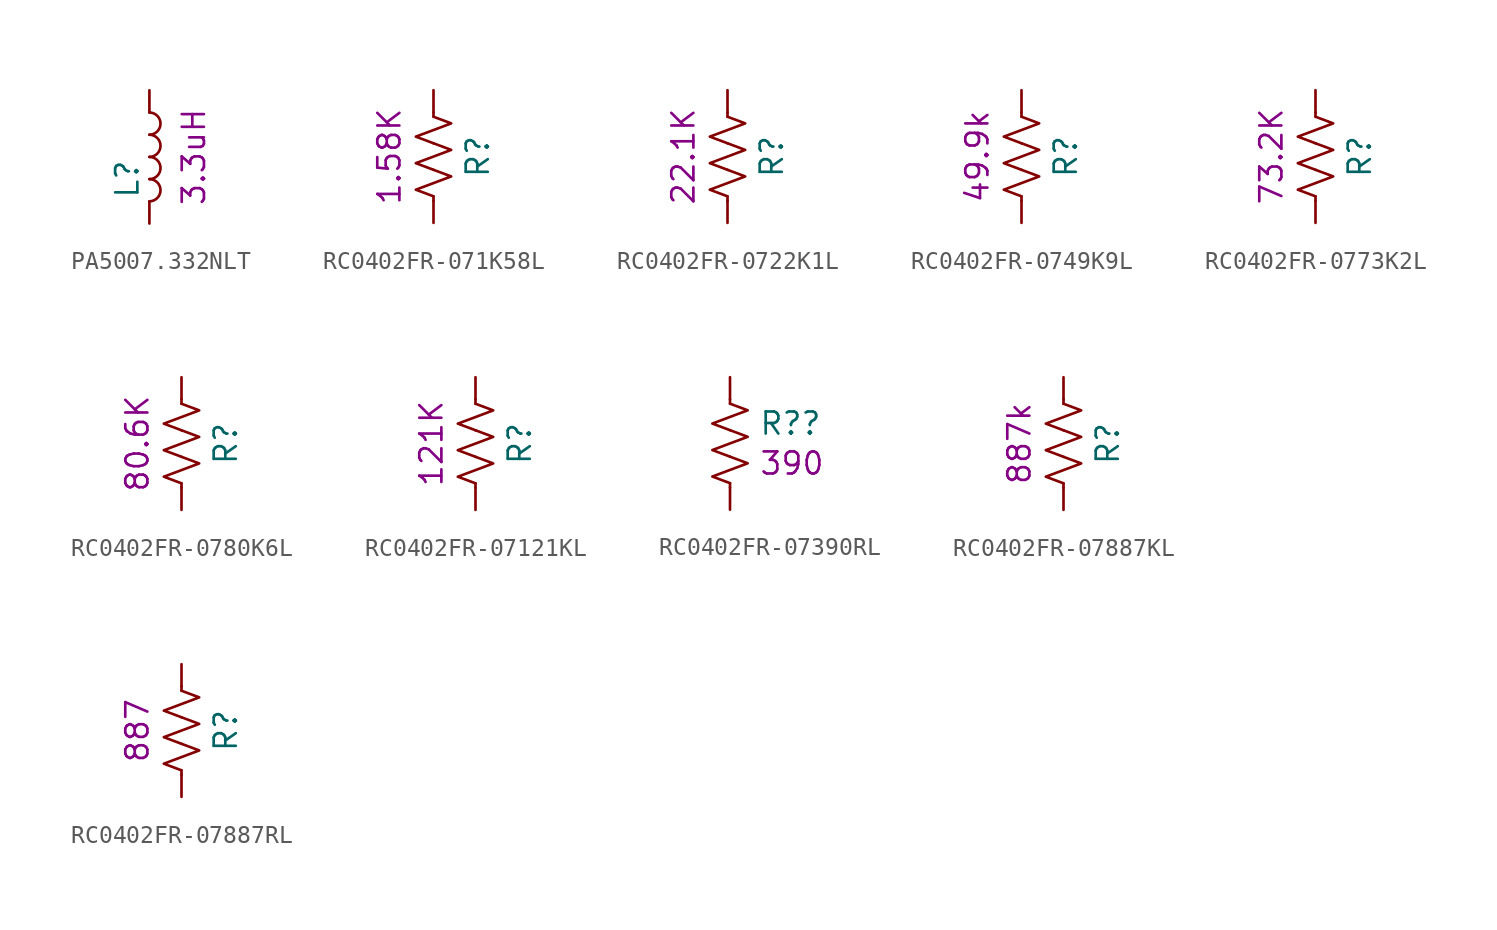
<source format=kicad_sym>
(kicad_symbol_lib
  (version 20210619)
  (generator kicad_symbol_editor)
  (symbol "eval-board-1_buck-regulator:PA5007.332NLT"
    (pin_numbers hide)
    (pin_names
      (offset 1.016) hide)
    (property "Reference" "L"
      (at -1.27 -1.27 90)
      (effects (font (size 1.27 1.27))))
    (property "id" "3.3uH"
      (at 2.54 0 90)
      (effects (font (size 1.27 1.27))))
    (symbol "PA5007.332NLT_0_1"
      (arc (start 0 -2.54) (end 0 -1.27) (radius (at 0 -1.905) (length 0.635) (angles -89.9 89.9)) (stroke (width 0)) (fill (type none)))
      (arc (start 0 -1.27) (end 0 0) (radius (at 0 -0.635) (length 0.635) (angles -89.9 89.9)) (stroke (width 0)) (fill (type none)))
      (arc (start 0 0) (end 0 1.27) (radius (at 0 0.635) (length 0.635) (angles -89.9 89.9)) (stroke (width 0)) (fill (type none)))
      (arc (start 0 1.27) (end 0 2.54) (radius (at 0 1.905) (length 0.635) (angles -89.9 89.9)) (stroke (width 0)) (fill (type none))))
    (symbol "PA5007.332NLT_1_1"
      (pin passive line (at 0 3.81 270) (length 1.27) (name "1" (effects (font (size 1.27 1.27)))) (number "1" (effects (font (size 1.27 1.27)))))
      (pin passive line (at 0 -3.81 90) (length 1.27) (name "2" (effects (font (size 1.27 1.27)))) (number "2" (effects (font (size 1.27 1.27)))))))
  (symbol "eval-board-1_buck-regulator:RC0402FR-071K58L"
    (pin_numbers hide)
    (pin_names
      (offset 0))
    (property "Reference" "R"
      (at 2.54 0 90)
      (effects (font (size 1.27 1.27))))
    (property "id" "1.58K"
      (at -2.54 0 90)
      (effects (font (size 1.27 1.27))))
    (symbol "RC0402FR-071K58L_0_1"
      (polyline (pts (xy 0 -2.286) (xy 0 -2.54)) (stroke (width 0)) (fill (type none)))
      (polyline (pts (xy 0 2.286) (xy 0 2.54)) (stroke (width 0)) (fill (type none)))
      (polyline (pts (xy 0 -0.762) (xy 1.016 -1.143) (xy 0 -1.524) (xy -1.016 -1.905) (xy 0 -2.286)) (stroke (width 0)) (fill (type none)))
      (polyline (pts (xy 0 0.762) (xy 1.016 0.381) (xy 0 0) (xy -1.016 -0.381) (xy 0 -0.762)) (stroke (width 0)) (fill (type none)))
      (polyline (pts (xy 0 2.286) (xy 1.016 1.905) (xy 0 1.524) (xy -1.016 1.143) (xy 0 0.762)) (stroke (width 0)) (fill (type none))))
    (symbol "RC0402FR-071K58L_1_1"
      (pin passive line (at 0 3.81 270) (length 1.27) (name "~" (effects (font (size 1.27 1.27)))) (number "1" (effects (font (size 1.27 1.27)))))
      (pin passive line (at 0 -3.81 90) (length 1.27) (name "~" (effects (font (size 1.27 1.27)))) (number "2" (effects (font (size 1.27 1.27)))))))
  (symbol "eval-board-1_buck-regulator:RC0402FR-0722K1L"
    (pin_numbers hide)
    (pin_names
      (offset 0))
    (property "Reference" "R"
      (at 2.54 0 90)
      (effects (font (size 1.27 1.27))))
    (property "id" "22.1K"
      (at -2.54 0 90)
      (effects (font (size 1.27 1.27))))
    (symbol "RC0402FR-0722K1L_0_1"
      (polyline (pts (xy 0 -2.286) (xy 0 -2.54)) (stroke (width 0)) (fill (type none)))
      (polyline (pts (xy 0 2.286) (xy 0 2.54)) (stroke (width 0)) (fill (type none)))
      (polyline (pts (xy 0 -0.762) (xy 1.016 -1.143) (xy 0 -1.524) (xy -1.016 -1.905) (xy 0 -2.286)) (stroke (width 0)) (fill (type none)))
      (polyline (pts (xy 0 0.762) (xy 1.016 0.381) (xy 0 0) (xy -1.016 -0.381) (xy 0 -0.762)) (stroke (width 0)) (fill (type none)))
      (polyline (pts (xy 0 2.286) (xy 1.016 1.905) (xy 0 1.524) (xy -1.016 1.143) (xy 0 0.762)) (stroke (width 0)) (fill (type none))))
    (symbol "RC0402FR-0722K1L_1_1"
      (pin passive line (at 0 3.81 270) (length 1.27) (name "~" (effects (font (size 1.27 1.27)))) (number "1" (effects (font (size 1.27 1.27)))))
      (pin passive line (at 0 -3.81 90) (length 1.27) (name "~" (effects (font (size 1.27 1.27)))) (number "2" (effects (font (size 1.27 1.27)))))))
  (symbol "eval-board-1_buck-regulator:RC0402FR-0749K9L"
    (pin_numbers hide)
    (pin_names
      (offset 0))
    (property "Reference" "R"
      (at 2.54 0 90)
      (effects (font (size 1.27 1.27))))
    (property "id" "49.9k"
      (at -2.54 0 90)
      (effects (font (size 1.27 1.27))))
    (symbol "RC0402FR-0749K9L_0_1"
      (polyline (pts (xy 0 -2.286) (xy 0 -2.54)) (stroke (width 0)) (fill (type none)))
      (polyline (pts (xy 0 2.286) (xy 0 2.54)) (stroke (width 0)) (fill (type none)))
      (polyline (pts (xy 0 -0.762) (xy 1.016 -1.143) (xy 0 -1.524) (xy -1.016 -1.905) (xy 0 -2.286)) (stroke (width 0)) (fill (type none)))
      (polyline (pts (xy 0 0.762) (xy 1.016 0.381) (xy 0 0) (xy -1.016 -0.381) (xy 0 -0.762)) (stroke (width 0)) (fill (type none)))
      (polyline (pts (xy 0 2.286) (xy 1.016 1.905) (xy 0 1.524) (xy -1.016 1.143) (xy 0 0.762)) (stroke (width 0)) (fill (type none))))
    (symbol "RC0402FR-0749K9L_1_1"
      (pin passive line (at 0 3.81 270) (length 1.27) (name "~" (effects (font (size 1.27 1.27)))) (number "1" (effects (font (size 1.27 1.27)))))
      (pin passive line (at 0 -3.81 90) (length 1.27) (name "~" (effects (font (size 1.27 1.27)))) (number "2" (effects (font (size 1.27 1.27)))))))
  (symbol "eval-board-1_buck-regulator:RC0402FR-0773K2L"
    (pin_numbers hide)
    (pin_names
      (offset 0))
    (property "Reference" "R"
      (at 2.54 0 90)
      (effects (font (size 1.27 1.27))))
    (property "id" "73.2K"
      (at -2.54 0 90)
      (effects (font (size 1.27 1.27))))
    (symbol "RC0402FR-0773K2L_0_1"
      (polyline (pts (xy 0 -2.286) (xy 0 -2.54)) (stroke (width 0)) (fill (type none)))
      (polyline (pts (xy 0 2.286) (xy 0 2.54)) (stroke (width 0)) (fill (type none)))
      (polyline (pts (xy 0 -0.762) (xy 1.016 -1.143) (xy 0 -1.524) (xy -1.016 -1.905) (xy 0 -2.286)) (stroke (width 0)) (fill (type none)))
      (polyline (pts (xy 0 0.762) (xy 1.016 0.381) (xy 0 0) (xy -1.016 -0.381) (xy 0 -0.762)) (stroke (width 0)) (fill (type none)))
      (polyline (pts (xy 0 2.286) (xy 1.016 1.905) (xy 0 1.524) (xy -1.016 1.143) (xy 0 0.762)) (stroke (width 0)) (fill (type none))))
    (symbol "RC0402FR-0773K2L_1_1"
      (pin passive line (at 0 3.81 270) (length 1.27) (name "~" (effects (font (size 1.27 1.27)))) (number "1" (effects (font (size 1.27 1.27)))))
      (pin passive line (at 0 -3.81 90) (length 1.27) (name "~" (effects (font (size 1.27 1.27)))) (number "2" (effects (font (size 1.27 1.27)))))))
  (symbol "eval-board-1_buck-regulator:RC0402FR-0780K6L"
    (pin_numbers hide)
    (pin_names
      (offset 0))
    (property "Reference" "R"
      (at 2.54 0 90)
      (effects (font (size 1.27 1.27))))
    (property "id" "80.6K"
      (at -2.54 0 90)
      (effects (font (size 1.27 1.27))))
    (symbol "RC0402FR-0780K6L_0_1"
      (polyline (pts (xy 0 -2.286) (xy 0 -2.54)) (stroke (width 0)) (fill (type none)))
      (polyline (pts (xy 0 2.286) (xy 0 2.54)) (stroke (width 0)) (fill (type none)))
      (polyline (pts (xy 0 -0.762) (xy 1.016 -1.143) (xy 0 -1.524) (xy -1.016 -1.905) (xy 0 -2.286)) (stroke (width 0)) (fill (type none)))
      (polyline (pts (xy 0 0.762) (xy 1.016 0.381) (xy 0 0) (xy -1.016 -0.381) (xy 0 -0.762)) (stroke (width 0)) (fill (type none)))
      (polyline (pts (xy 0 2.286) (xy 1.016 1.905) (xy 0 1.524) (xy -1.016 1.143) (xy 0 0.762)) (stroke (width 0)) (fill (type none))))
    (symbol "RC0402FR-0780K6L_1_1"
      (pin passive line (at 0 3.81 270) (length 1.27) (name "~" (effects (font (size 1.27 1.27)))) (number "1" (effects (font (size 1.27 1.27)))))
      (pin passive line (at 0 -3.81 90) (length 1.27) (name "~" (effects (font (size 1.27 1.27)))) (number "2" (effects (font (size 1.27 1.27)))))))
  (symbol "eval-board-1_buck-regulator:RC0402FR-07121KL"
    (pin_numbers hide)
    (pin_names
      (offset 0))
    (property "Reference" "R"
      (at 2.54 0 90)
      (effects (font (size 1.27 1.27))))
    (property "id" "121K"
      (at -2.54 0 90)
      (effects (font (size 1.27 1.27))))
    (symbol "RC0402FR-07121KL_0_1"
      (polyline (pts (xy 0 -2.286) (xy 0 -2.54)) (stroke (width 0)) (fill (type none)))
      (polyline (pts (xy 0 2.286) (xy 0 2.54)) (stroke (width 0)) (fill (type none)))
      (polyline (pts (xy 0 -0.762) (xy 1.016 -1.143) (xy 0 -1.524) (xy -1.016 -1.905) (xy 0 -2.286)) (stroke (width 0)) (fill (type none)))
      (polyline (pts (xy 0 0.762) (xy 1.016 0.381) (xy 0 0) (xy -1.016 -0.381) (xy 0 -0.762)) (stroke (width 0)) (fill (type none)))
      (polyline (pts (xy 0 2.286) (xy 1.016 1.905) (xy 0 1.524) (xy -1.016 1.143) (xy 0 0.762)) (stroke (width 0)) (fill (type none))))
    (symbol "RC0402FR-07121KL_1_1"
      (pin passive line (at 0 3.81 270) (length 1.27) (name "~" (effects (font (size 1.27 1.27)))) (number "1" (effects (font (size 1.27 1.27)))))
      (pin passive line (at 0 -3.81 90) (length 1.27) (name "~" (effects (font (size 1.27 1.27)))) (number "2" (effects (font (size 1.27 1.27)))))))
  (symbol "eval-board-1_buck-regulator:RC0402FR-07390RL"
    (pin_numbers hide)
    (pin_names
      (offset 0))
    (property "Reference" "R?"
      (at 1.651 1.149 0)
      (effects (font (size 1.27 1.27)) (justify left)))
    (property "id" "390"
      (at 1.651 -1.149 0)
      (effects (font (size 1.27 1.27)) (justify left)))
    (symbol "RC0402FR-07390RL_0_1"
      (polyline (pts (xy 0 -2.286) (xy 0 -2.54)) (stroke (width 0)) (fill (type none)))
      (polyline (pts (xy 0 2.286) (xy 0 2.54)) (stroke (width 0)) (fill (type none)))
      (polyline (pts (xy 0 -0.762) (xy 1.016 -1.143) (xy 0 -1.524) (xy -1.016 -1.905) (xy 0 -2.286)) (stroke (width 0)) (fill (type none)))
      (polyline (pts (xy 0 0.762) (xy 1.016 0.381) (xy 0 0) (xy -1.016 -0.381) (xy 0 -0.762)) (stroke (width 0)) (fill (type none)))
      (polyline (pts (xy 0 2.286) (xy 1.016 1.905) (xy 0 1.524) (xy -1.016 1.143) (xy 0 0.762)) (stroke (width 0)) (fill (type none))))
    (symbol "RC0402FR-07390RL_1_1"
      (pin passive line (at 0 3.81 270) (length 1.27) (name "~" (effects (font (size 1.27 1.27)))) (number "1" (effects (font (size 1.27 1.27)))))
      (pin passive line (at 0 -3.81 90) (length 1.27) (name "~" (effects (font (size 1.27 1.27)))) (number "2" (effects (font (size 1.27 1.27)))))))
  (symbol "eval-board-1_buck-regulator:RC0402FR-07887KL"
    (pin_numbers hide)
    (pin_names
      (offset 0))
    (property "Reference" "R"
      (at 2.54 0 90)
      (effects (font (size 1.27 1.27))))
    (property "id" "887k"
      (at -2.54 0 90)
      (effects (font (size 1.27 1.27))))
    (symbol "RC0402FR-07887KL_0_1"
      (polyline (pts (xy 0 -2.286) (xy 0 -2.54)) (stroke (width 0)) (fill (type none)))
      (polyline (pts (xy 0 2.286) (xy 0 2.54)) (stroke (width 0)) (fill (type none)))
      (polyline (pts (xy 0 -0.762) (xy 1.016 -1.143) (xy 0 -1.524) (xy -1.016 -1.905) (xy 0 -2.286)) (stroke (width 0)) (fill (type none)))
      (polyline (pts (xy 0 0.762) (xy 1.016 0.381) (xy 0 0) (xy -1.016 -0.381) (xy 0 -0.762)) (stroke (width 0)) (fill (type none)))
      (polyline (pts (xy 0 2.286) (xy 1.016 1.905) (xy 0 1.524) (xy -1.016 1.143) (xy 0 0.762)) (stroke (width 0)) (fill (type none))))
    (symbol "RC0402FR-07887KL_1_1"
      (pin passive line (at 0 3.81 270) (length 1.27) (name "~" (effects (font (size 1.27 1.27)))) (number "1" (effects (font (size 1.27 1.27)))))
      (pin passive line (at 0 -3.81 90) (length 1.27) (name "~" (effects (font (size 1.27 1.27)))) (number "2" (effects (font (size 1.27 1.27)))))))
  (symbol "eval-board-1_buck-regulator:RC0402FR-07887RL"
    (pin_numbers hide)
    (pin_names
      (offset 0))
    (property "Reference" "R"
      (at 2.54 0 90)
      (effects (font (size 1.27 1.27))))
    (property "id" "887"
      (at -2.54 0 90)
      (effects (font (size 1.27 1.27))))
    (symbol "RC0402FR-07887RL_0_1"
      (polyline (pts (xy 0 -2.286) (xy 0 -2.54)) (stroke (width 0)) (fill (type none)))
      (polyline (pts (xy 0 2.286) (xy 0 2.54)) (stroke (width 0)) (fill (type none)))
      (polyline (pts (xy 0 -0.762) (xy 1.016 -1.143) (xy 0 -1.524) (xy -1.016 -1.905) (xy 0 -2.286)) (stroke (width 0)) (fill (type none)))
      (polyline (pts (xy 0 0.762) (xy 1.016 0.381) (xy 0 0) (xy -1.016 -0.381) (xy 0 -0.762)) (stroke (width 0)) (fill (type none)))
      (polyline (pts (xy 0 2.286) (xy 1.016 1.905) (xy 0 1.524) (xy -1.016 1.143) (xy 0 0.762)) (stroke (width 0)) (fill (type none))))
    (symbol "RC0402FR-07887RL_1_1"
      (pin passive line (at 0 3.81 270) (length 1.27) (name "~" (effects (font (size 1.27 1.27)))) (number "1" (effects (font (size 1.27 1.27)))))
      (pin passive line (at 0 -3.81 90) (length 1.27) (name "~" (effects (font (size 1.27 1.27)))) (number "2" (effects (font (size 1.27 1.27))))))))
</source>
